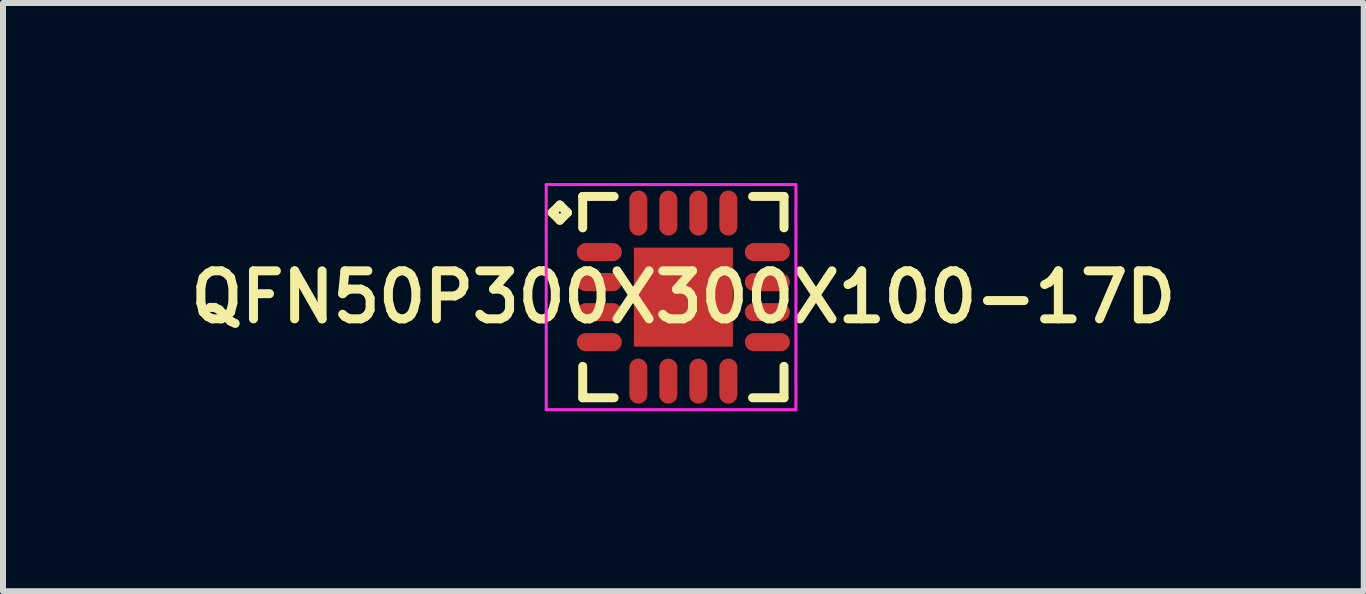
<source format=kicad_pcb>
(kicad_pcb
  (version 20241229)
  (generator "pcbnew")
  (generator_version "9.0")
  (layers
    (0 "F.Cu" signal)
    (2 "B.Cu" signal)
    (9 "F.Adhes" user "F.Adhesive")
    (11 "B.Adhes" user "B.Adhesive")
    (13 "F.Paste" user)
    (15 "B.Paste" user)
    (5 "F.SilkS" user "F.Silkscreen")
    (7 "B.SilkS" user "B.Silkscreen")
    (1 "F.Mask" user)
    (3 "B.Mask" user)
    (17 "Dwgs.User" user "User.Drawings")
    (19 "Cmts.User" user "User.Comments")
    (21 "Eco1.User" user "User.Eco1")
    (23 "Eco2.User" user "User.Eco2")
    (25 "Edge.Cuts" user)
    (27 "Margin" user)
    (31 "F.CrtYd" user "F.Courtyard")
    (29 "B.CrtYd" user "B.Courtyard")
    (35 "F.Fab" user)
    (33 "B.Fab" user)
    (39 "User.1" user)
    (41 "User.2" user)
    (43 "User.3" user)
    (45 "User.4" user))
  (footprint "QFN50P300X300X100-17D"
    (layer "F.Cu")
    (at 8.335 1.9)
    (property "Reference" "QFN50P300X300X100-17D" (at 0 0 0) (layer "F.SilkS") (effects (font (size 0.8 0.8) (thickness 0.15))))
    (attr smd)
    (fp_line (start -2.185 -1.408) (end -2.058 -1.535) (stroke (width 0.15) (type solid)) (layer "F.SilkS"))
    (fp_line (start -2.058 -1.535) (end -1.931 -1.408) (stroke (width 0.15) (type solid)) (layer "F.SilkS"))
    (fp_line (start -2.058 -1.281) (end -2.185 -1.408) (stroke (width 0.15) (type solid)) (layer "F.SilkS"))
    (fp_line (start -1.931 -1.408) (end -2.058 -1.281) (stroke (width 0.15) (type solid)) (layer "F.SilkS"))
    (fp_line (start -1.677 -1.677) (end -1.154 -1.677) (stroke (width 0.15) (type solid)) (layer "F.SilkS"))
    (fp_line (start -1.677 -1.154) (end -1.677 -1.677) (stroke (width 0.15) (type solid)) (layer "F.SilkS"))
    (fp_line (start -1.677 1.154) (end -1.677 1.677) (stroke (width 0.15) (type solid)) (layer "F.SilkS"))
    (fp_line (start -1.677 1.677) (end -1.154 1.677) (stroke (width 0.15) (type solid)) (layer "F.SilkS"))
    (fp_line (start 1.154 -1.677) (end 1.677 -1.677) (stroke (width 0.15) (type solid)) (layer "F.SilkS"))
    (fp_line (start 1.154 1.677) (end 1.677 1.677) (stroke (width 0.15) (type solid)) (layer "F.SilkS"))
    (fp_line (start 1.677 -1.677) (end 1.677 -1.154) (stroke (width 0.15) (type solid)) (layer "F.SilkS"))
    (fp_line (start 1.677 1.677) (end 1.677 1.154) (stroke (width 0.15) (type solid)) (layer "F.SilkS"))
    (fp_line (start -2.285 -1.875) (end 1.875 -1.875) (stroke (width 0.05) (type solid)) (layer "F.CrtYd"))
    (fp_line (start -2.285 1.875) (end -2.285 -1.875) (stroke (width 0.05) (type solid)) (layer "F.CrtYd"))
    (fp_line (start 1.875 -1.875) (end 1.875 1.875) (stroke (width 0.05) (type solid)) (layer "F.CrtYd"))
    (fp_line (start 1.875 1.875) (end -2.285 1.875) (stroke (width 0.05) (type solid)) (layer "F.CrtYd"))
    (pad "1" smd oval (at -1.4 -0.75) (size 0.75 0.3) (layers "F.Cu" "F.Mask" "F.Paste"))
    (pad "2" smd oval (at -1.4 -0.25) (size 0.75 0.3) (layers "F.Cu" "F.Mask" "F.Paste"))
    (pad "3" smd oval (at -1.4 0.25) (size 0.75 0.3) (layers "F.Cu" "F.Mask" "F.Paste"))
    (pad "4" smd oval (at -1.4 0.75) (size 0.75 0.3) (layers "F.Cu" "F.Mask" "F.Paste"))
    (pad "5" smd oval (at -0.75 1.4) (size 0.3 0.75) (layers "F.Cu" "F.Mask" "F.Paste"))
    (pad "6" smd oval (at -0.25 1.4) (size 0.3 0.75) (layers "F.Cu" "F.Mask" "F.Paste"))
    (pad "7" smd oval (at 0.25 1.4) (size 0.3 0.75) (layers "F.Cu" "F.Mask" "F.Paste"))
    (pad "8" smd oval (at 0.75 1.4) (size 0.3 0.75) (layers "F.Cu" "F.Mask" "F.Paste"))
    (pad "9" smd oval (at 1.4 0.75) (size 0.75 0.3) (layers "F.Cu" "F.Mask" "F.Paste"))
    (pad "10" smd oval (at 1.4 0.25) (size 0.75 0.3) (layers "F.Cu" "F.Mask" "F.Paste"))
    (pad "11" smd oval (at 1.4 -0.25) (size 0.75 0.3) (layers "F.Cu" "F.Mask" "F.Paste"))
    (pad "12" smd oval (at 1.4 -0.75) (size 0.75 0.3) (layers "F.Cu" "F.Mask" "F.Paste"))
    (pad "13" smd oval (at 0.75 -1.4) (size 0.3 0.75) (layers "F.Cu" "F.Mask" "F.Paste"))
    (pad "14" smd oval (at 0.25 -1.4) (size 0.3 0.75) (layers "F.Cu" "F.Mask" "F.Paste"))
    (pad "15" smd oval (at -0.25 -1.4) (size 0.3 0.75) (layers "F.Cu" "F.Mask" "F.Paste"))
    (pad "16" smd oval (at -0.75 -1.4) (size 0.3 0.75) (layers "F.Cu" "F.Mask" "F.Paste"))
    (pad "17" smd rect (at 0 0) (size 1.65 1.65) (layers "F.Cu" "F.Mask" "F.Paste")))
  (gr_rect
    (start -3 -3)
    (end 19.671 6.8)
    (stroke (width 0.1) (type default))
    (fill no)
    (layer "Edge.Cuts")))
</source>
